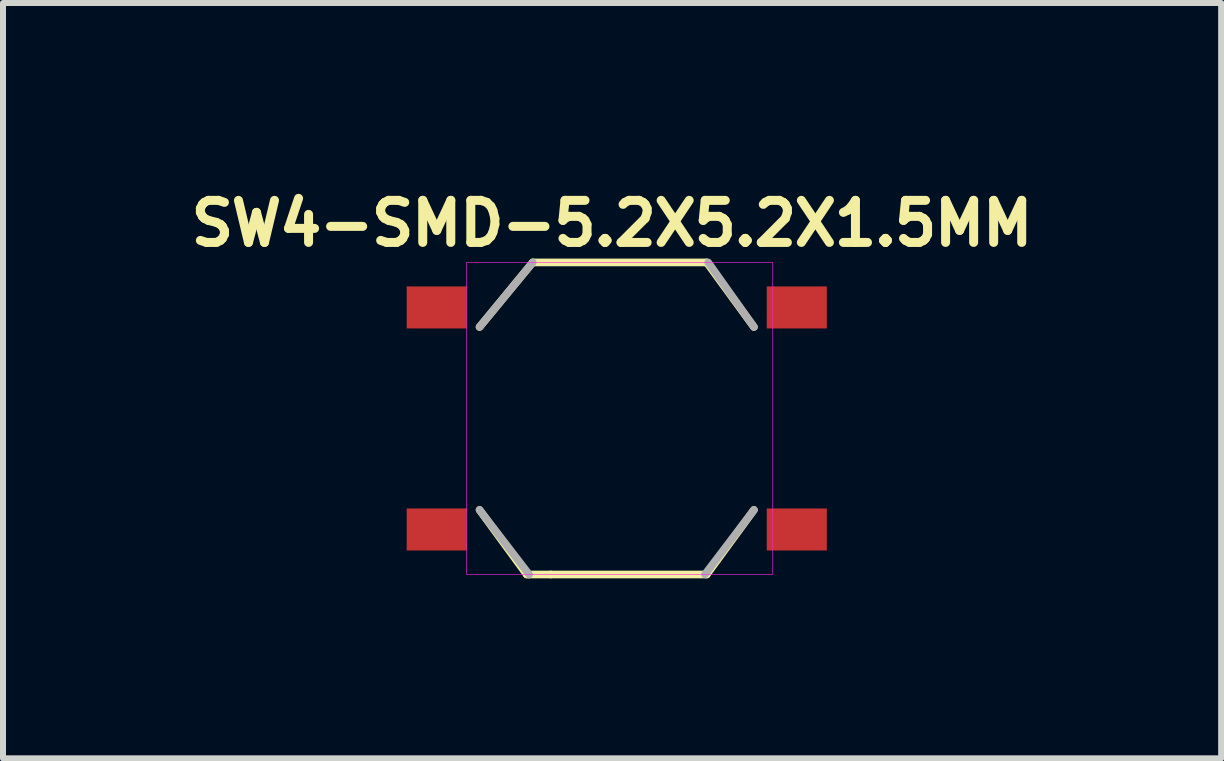
<source format=kicad_pcb>
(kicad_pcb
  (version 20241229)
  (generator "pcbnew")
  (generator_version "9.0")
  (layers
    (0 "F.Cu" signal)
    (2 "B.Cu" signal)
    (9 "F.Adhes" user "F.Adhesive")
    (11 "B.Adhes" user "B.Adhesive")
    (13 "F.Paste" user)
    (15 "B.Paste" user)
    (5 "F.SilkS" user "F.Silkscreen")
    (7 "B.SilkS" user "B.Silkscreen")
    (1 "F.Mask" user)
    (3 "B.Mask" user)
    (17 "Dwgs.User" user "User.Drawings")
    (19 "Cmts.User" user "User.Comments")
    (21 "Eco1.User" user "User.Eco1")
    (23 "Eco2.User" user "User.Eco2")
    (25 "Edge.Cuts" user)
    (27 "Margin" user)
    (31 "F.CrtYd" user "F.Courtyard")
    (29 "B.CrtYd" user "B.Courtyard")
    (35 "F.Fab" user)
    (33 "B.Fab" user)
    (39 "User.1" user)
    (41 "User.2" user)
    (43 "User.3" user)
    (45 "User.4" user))
  (footprint "SW4-SMD-5.2X5.2X1.5MM"
    (layer "F.Cu")
    (at 7.227 3.923)
    (property "Reference" "SW4-SMD-5.2X5.2X1.5MM" (at -0.078 -3.25 0) (layer "F.SilkS") (effects (font (size 0.701 0.701) (thickness 0.15))))
    (attr smd)
    (fp_line (start -1.5 2.6) (end -2.286 1.524) (stroke (width 0.127) (type solid)) (layer "F.SilkS"))
    (fp_line (start -1.46 2.6) (end -1.5 2.6) (stroke (width 0.127) (type solid)) (layer "F.SilkS"))
    (fp_line (start -1.4 -2.6) (end -2.286 -1.524) (stroke (width 0.127) (type solid)) (layer "F.SilkS"))
    (fp_line (start -1.4 -2.6) (end 1.5 -2.6) (stroke (width 0.127) (type solid)) (layer "F.SilkS"))
    (fp_line (start -1.1 2.6) (end -1.46 2.6) (stroke (width 0.127) (type solid)) (layer "F.SilkS"))
    (fp_line (start 1.5 -2.6) (end 2.286 -1.524) (stroke (width 0.127) (type solid)) (layer "F.SilkS"))
    (fp_line (start 1.5 2.6) (end -1.1 2.6) (stroke (width 0.127) (type solid)) (layer "F.SilkS"))
    (fp_line (start 1.5 2.6) (end 2.286 1.524) (stroke (width 0.127) (type solid)) (layer "F.SilkS"))
    (fp_poly (pts (xy -2.501 -2.6) (xy 2.6 -2.6) (xy 2.6 2.601) (xy -2.501 2.601)) (stroke (width 0.01) (type solid)) (fill no) (layer "F.CrtYd"))
    (fp_line (start -2.286 -1.524) (end -1.4 -2.6) (stroke (width 0.127) (type solid)) (layer "F.Fab"))
    (fp_line (start -1.46 2.6) (end -2.286 1.524) (stroke (width 0.127) (type solid)) (layer "F.Fab"))
    (fp_line (start 1.524 -2.6) (end 2.286 -1.524) (stroke (width 0.127) (type solid)) (layer "F.Fab"))
    (fp_line (start 2.286 1.524) (end 1.469 2.6) (stroke (width 0.127) (type solid)) (layer "F.Fab"))
    (pad "1" smd rect (at -3 -1.85) (size 1 0.7) (layers "F.Cu" "F.Mask" "F.Paste"))
    (pad "2" smd rect (at 3 -1.85) (size 1 0.7) (layers "F.Cu" "F.Mask" "F.Paste"))
    (pad "3" smd rect (at -3 1.85) (size 1 0.7) (layers "F.Cu" "F.Mask" "F.Paste"))
    (pad "4" smd rect (at 3 1.85) (size 1 0.7) (layers "F.Cu" "F.Mask" "F.Paste")))
  (gr_rect
    (start -3 -3)
    (end 17.299 9.587)
    (stroke (width 0.1) (type default))
    (fill no)
    (layer "Edge.Cuts")))
</source>
